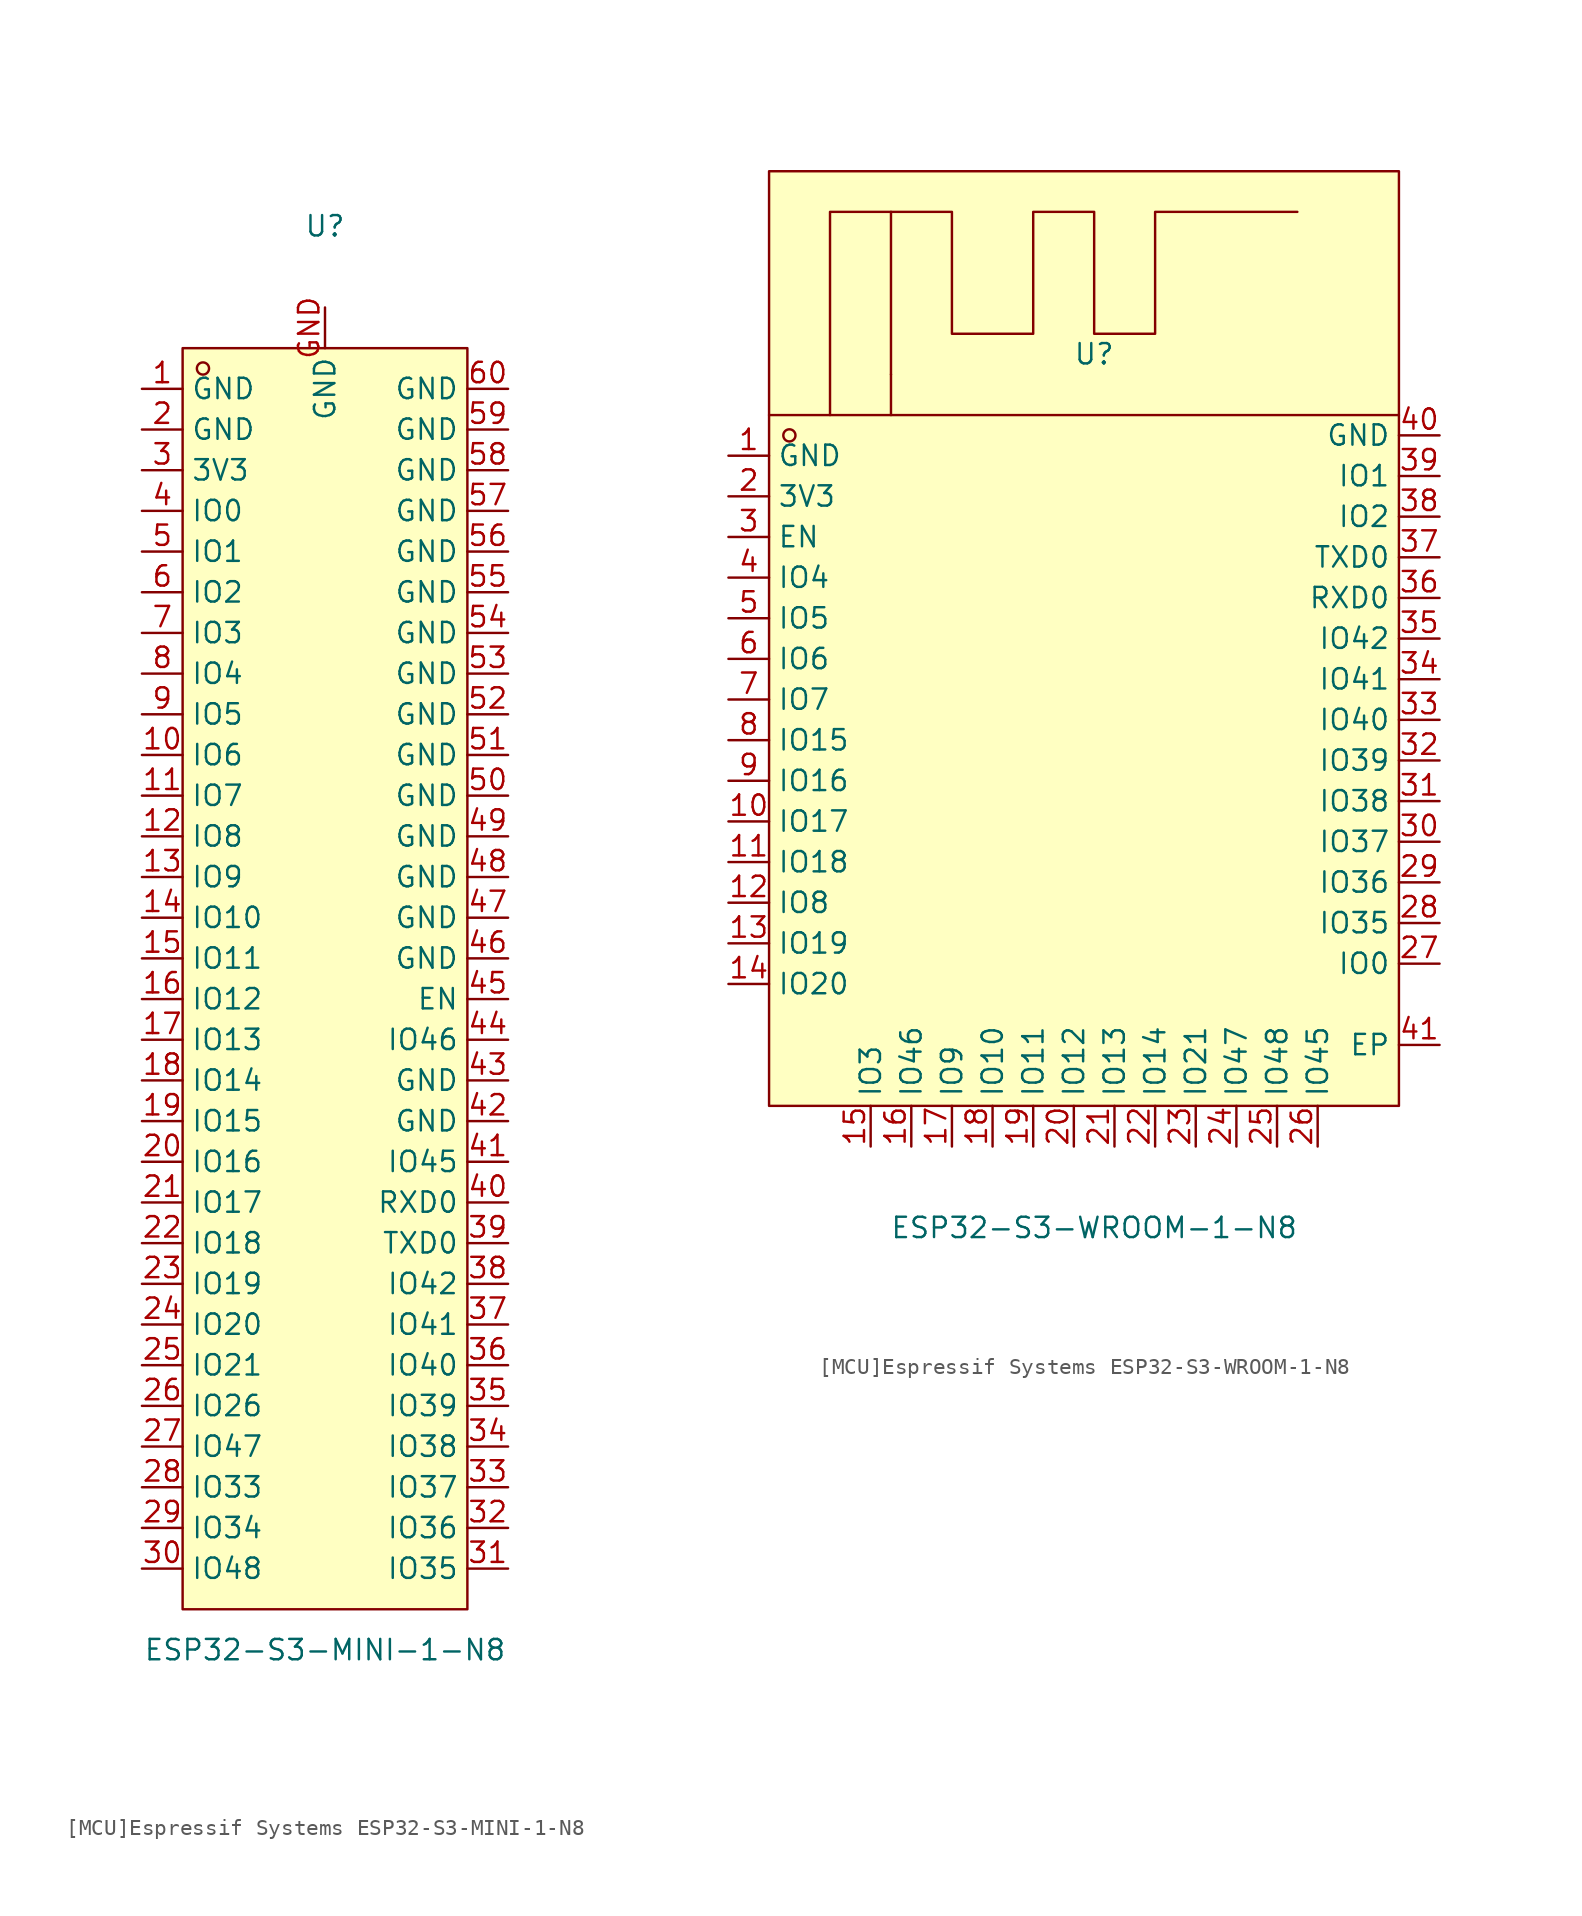
<source format=kicad_sym>
(kicad_symbol_lib
  (version 20220914)
  (generator kicad_symbol_editor)
  (symbol "[MCU]Espressif Systems ESP32-S3-MINI-1-N8"
    (property "Reference" "U"
      (at 0 46.99 0)
      (effects (font (size 1.27 1.27))))
    (property "Value" "ESP32-S3-MINI-1-N8"
      (at 0 -41.91 0)
      (effects (font (size 1.27 1.27))))
    (symbol "[MCU]Espressif Systems ESP32-S3-MINI-1-N8_0_1"
      (rectangle (start -8.89 39.37) (end 8.89 -39.37) (stroke (width 0) (type default)) (fill (type background)))
      (circle (center -7.62 38.1) (radius 0.38) (stroke (width 0) (type default)) (fill (type none)))
      (pin unspecified line (at -11.43 36.83 0) (length 2.54) (name "GND" (effects (font (size 1.27 1.27)))) (number "1" (effects (font (size 1.27 1.27)))))
      (pin unspecified line (at -11.43 13.97 0) (length 2.54) (name "IO6" (effects (font (size 1.27 1.27)))) (number "10" (effects (font (size 1.27 1.27)))))
      (pin unspecified line (at -11.43 11.43 0) (length 2.54) (name "IO7" (effects (font (size 1.27 1.27)))) (number "11" (effects (font (size 1.27 1.27)))))
      (pin unspecified line (at -11.43 8.89 0) (length 2.54) (name "IO8" (effects (font (size 1.27 1.27)))) (number "12" (effects (font (size 1.27 1.27)))))
      (pin unspecified line (at -11.43 6.35 0) (length 2.54) (name "IO9" (effects (font (size 1.27 1.27)))) (number "13" (effects (font (size 1.27 1.27)))))
      (pin unspecified line (at -11.43 3.81 0) (length 2.54) (name "IO10" (effects (font (size 1.27 1.27)))) (number "14" (effects (font (size 1.27 1.27)))))
      (pin unspecified line (at -11.43 1.27 0) (length 2.54) (name "IO11" (effects (font (size 1.27 1.27)))) (number "15" (effects (font (size 1.27 1.27)))))
      (pin unspecified line (at -11.43 -1.27 0) (length 2.54) (name "IO12" (effects (font (size 1.27 1.27)))) (number "16" (effects (font (size 1.27 1.27)))))
      (pin unspecified line (at -11.43 -3.81 0) (length 2.54) (name "IO13" (effects (font (size 1.27 1.27)))) (number "17" (effects (font (size 1.27 1.27)))))
      (pin unspecified line (at -11.43 -6.35 0) (length 2.54) (name "IO14" (effects (font (size 1.27 1.27)))) (number "18" (effects (font (size 1.27 1.27)))))
      (pin unspecified line (at -11.43 -8.89 0) (length 2.54) (name "IO15" (effects (font (size 1.27 1.27)))) (number "19" (effects (font (size 1.27 1.27)))))
      (pin unspecified line (at -11.43 34.29 0) (length 2.54) (name "GND" (effects (font (size 1.27 1.27)))) (number "2" (effects (font (size 1.27 1.27)))))
      (pin unspecified line (at -11.43 -11.43 0) (length 2.54) (name "IO16" (effects (font (size 1.27 1.27)))) (number "20" (effects (font (size 1.27 1.27)))))
      (pin unspecified line (at -11.43 -13.97 0) (length 2.54) (name "IO17" (effects (font (size 1.27 1.27)))) (number "21" (effects (font (size 1.27 1.27)))))
      (pin unspecified line (at -11.43 -16.51 0) (length 2.54) (name "IO18" (effects (font (size 1.27 1.27)))) (number "22" (effects (font (size 1.27 1.27)))))
      (pin unspecified line (at -11.43 -19.05 0) (length 2.54) (name "IO19" (effects (font (size 1.27 1.27)))) (number "23" (effects (font (size 1.27 1.27)))))
      (pin unspecified line (at -11.43 -21.59 0) (length 2.54) (name "IO20" (effects (font (size 1.27 1.27)))) (number "24" (effects (font (size 1.27 1.27)))))
      (pin unspecified line (at -11.43 -24.13 0) (length 2.54) (name "IO21" (effects (font (size 1.27 1.27)))) (number "25" (effects (font (size 1.27 1.27)))))
      (pin unspecified line (at -11.43 -26.67 0) (length 2.54) (name "IO26" (effects (font (size 1.27 1.27)))) (number "26" (effects (font (size 1.27 1.27)))))
      (pin unspecified line (at -11.43 -29.21 0) (length 2.54) (name "IO47" (effects (font (size 1.27 1.27)))) (number "27" (effects (font (size 1.27 1.27)))))
      (pin unspecified line (at -11.43 -31.75 0) (length 2.54) (name "IO33" (effects (font (size 1.27 1.27)))) (number "28" (effects (font (size 1.27 1.27)))))
      (pin unspecified line (at -11.43 -34.29 0) (length 2.54) (name "IO34" (effects (font (size 1.27 1.27)))) (number "29" (effects (font (size 1.27 1.27)))))
      (pin unspecified line (at -11.43 31.75 0) (length 2.54) (name "3V3" (effects (font (size 1.27 1.27)))) (number "3" (effects (font (size 1.27 1.27)))))
      (pin unspecified line (at -11.43 -36.83 0) (length 2.54) (name "IO48" (effects (font (size 1.27 1.27)))) (number "30" (effects (font (size 1.27 1.27)))))
      (pin unspecified line (at 11.43 -36.83 180) (length 2.54) (name "IO35" (effects (font (size 1.27 1.27)))) (number "31" (effects (font (size 1.27 1.27)))))
      (pin unspecified line (at 11.43 -34.29 180) (length 2.54) (name "IO36" (effects (font (size 1.27 1.27)))) (number "32" (effects (font (size 1.27 1.27)))))
      (pin unspecified line (at 11.43 -31.75 180) (length 2.54) (name "IO37" (effects (font (size 1.27 1.27)))) (number "33" (effects (font (size 1.27 1.27)))))
      (pin unspecified line (at 11.43 -29.21 180) (length 2.54) (name "IO38" (effects (font (size 1.27 1.27)))) (number "34" (effects (font (size 1.27 1.27)))))
      (pin unspecified line (at 11.43 -26.67 180) (length 2.54) (name "IO39" (effects (font (size 1.27 1.27)))) (number "35" (effects (font (size 1.27 1.27)))))
      (pin unspecified line (at 11.43 -24.13 180) (length 2.54) (name "IO40" (effects (font (size 1.27 1.27)))) (number "36" (effects (font (size 1.27 1.27)))))
      (pin unspecified line (at 11.43 -21.59 180) (length 2.54) (name "IO41" (effects (font (size 1.27 1.27)))) (number "37" (effects (font (size 1.27 1.27)))))
      (pin unspecified line (at 11.43 -19.05 180) (length 2.54) (name "IO42" (effects (font (size 1.27 1.27)))) (number "38" (effects (font (size 1.27 1.27)))))
      (pin unspecified line (at 11.43 -16.51 180) (length 2.54) (name "TXD0" (effects (font (size 1.27 1.27)))) (number "39" (effects (font (size 1.27 1.27)))))
      (pin unspecified line (at -11.43 29.21 0) (length 2.54) (name "IO0" (effects (font (size 1.27 1.27)))) (number "4" (effects (font (size 1.27 1.27)))))
      (pin unspecified line (at 11.43 -13.97 180) (length 2.54) (name "RXD0" (effects (font (size 1.27 1.27)))) (number "40" (effects (font (size 1.27 1.27)))))
      (pin unspecified line (at 11.43 -11.43 180) (length 2.54) (name "IO45" (effects (font (size 1.27 1.27)))) (number "41" (effects (font (size 1.27 1.27)))))
      (pin unspecified line (at 11.43 -8.89 180) (length 2.54) (name "GND" (effects (font (size 1.27 1.27)))) (number "42" (effects (font (size 1.27 1.27)))))
      (pin unspecified line (at 11.43 -6.35 180) (length 2.54) (name "GND" (effects (font (size 1.27 1.27)))) (number "43" (effects (font (size 1.27 1.27)))))
      (pin unspecified line (at 11.43 -3.81 180) (length 2.54) (name "IO46" (effects (font (size 1.27 1.27)))) (number "44" (effects (font (size 1.27 1.27)))))
      (pin unspecified line (at 11.43 -1.27 180) (length 2.54) (name "EN" (effects (font (size 1.27 1.27)))) (number "45" (effects (font (size 1.27 1.27)))))
      (pin unspecified line (at 11.43 1.27 180) (length 2.54) (name "GND" (effects (font (size 1.27 1.27)))) (number "46" (effects (font (size 1.27 1.27)))))
      (pin unspecified line (at 11.43 3.81 180) (length 2.54) (name "GND" (effects (font (size 1.27 1.27)))) (number "47" (effects (font (size 1.27 1.27)))))
      (pin unspecified line (at 11.43 6.35 180) (length 2.54) (name "GND" (effects (font (size 1.27 1.27)))) (number "48" (effects (font (size 1.27 1.27)))))
      (pin unspecified line (at 11.43 8.89 180) (length 2.54) (name "GND" (effects (font (size 1.27 1.27)))) (number "49" (effects (font (size 1.27 1.27)))))
      (pin unspecified line (at -11.43 26.67 0) (length 2.54) (name "IO1" (effects (font (size 1.27 1.27)))) (number "5" (effects (font (size 1.27 1.27)))))
      (pin unspecified line (at 11.43 11.43 180) (length 2.54) (name "GND" (effects (font (size 1.27 1.27)))) (number "50" (effects (font (size 1.27 1.27)))))
      (pin unspecified line (at 11.43 13.97 180) (length 2.54) (name "GND" (effects (font (size 1.27 1.27)))) (number "51" (effects (font (size 1.27 1.27)))))
      (pin unspecified line (at 11.43 16.51 180) (length 2.54) (name "GND" (effects (font (size 1.27 1.27)))) (number "52" (effects (font (size 1.27 1.27)))))
      (pin unspecified line (at 11.43 19.05 180) (length 2.54) (name "GND" (effects (font (size 1.27 1.27)))) (number "53" (effects (font (size 1.27 1.27)))))
      (pin unspecified line (at 11.43 21.59 180) (length 2.54) (name "GND" (effects (font (size 1.27 1.27)))) (number "54" (effects (font (size 1.27 1.27)))))
      (pin unspecified line (at 11.43 24.13 180) (length 2.54) (name "GND" (effects (font (size 1.27 1.27)))) (number "55" (effects (font (size 1.27 1.27)))))
      (pin unspecified line (at 11.43 26.67 180) (length 2.54) (name "GND" (effects (font (size 1.27 1.27)))) (number "56" (effects (font (size 1.27 1.27)))))
      (pin unspecified line (at 11.43 29.21 180) (length 2.54) (name "GND" (effects (font (size 1.27 1.27)))) (number "57" (effects (font (size 1.27 1.27)))))
      (pin unspecified line (at 11.43 31.75 180) (length 2.54) (name "GND" (effects (font (size 1.27 1.27)))) (number "58" (effects (font (size 1.27 1.27)))))
      (pin unspecified line (at 11.43 34.29 180) (length 2.54) (name "GND" (effects (font (size 1.27 1.27)))) (number "59" (effects (font (size 1.27 1.27)))))
      (pin unspecified line (at -11.43 24.13 0) (length 2.54) (name "IO2" (effects (font (size 1.27 1.27)))) (number "6" (effects (font (size 1.27 1.27)))))
      (pin unspecified line (at 11.43 36.83 180) (length 2.54) (name "GND" (effects (font (size 1.27 1.27)))) (number "60" (effects (font (size 1.27 1.27)))))
      (pin unspecified line (at -11.43 21.59 0) (length 2.54) (name "IO3" (effects (font (size 1.27 1.27)))) (number "7" (effects (font (size 1.27 1.27)))))
      (pin unspecified line (at -11.43 19.05 0) (length 2.54) (name "IO4" (effects (font (size 1.27 1.27)))) (number "8" (effects (font (size 1.27 1.27)))))
      (pin unspecified line (at -11.43 16.51 0) (length 2.54) (name "IO5" (effects (font (size 1.27 1.27)))) (number "9" (effects (font (size 1.27 1.27)))))
      (pin unspecified line (at 0 41.91 270) (length 2.54) (name "GND" (effects (font (size 1.27 1.27)))) (number "GND" (effects (font (size 1.27 1.27)))))))
  (symbol "[MCU]Espressif Systems ESP32-S3-WROOM-1-N8"
    (property "Reference" "U"
      (at 0 19.05 0)
      (effects (font (size 1.27 1.27))))
    (property "Value" "ESP32-S3-WROOM-1-N8"
      (at 0 -35.56 0)
      (effects (font (size 1.27 1.27))))
    (symbol "[MCU]Espressif Systems ESP32-S3-WROOM-1-N8_0_1"
      (rectangle (start -20.32 30.48) (end 19.05 -27.94) (stroke (width 0) (type default)) (fill (type background)))
      (circle (center -19.05 13.97) (radius 0.38) (stroke (width 0) (type default)) (fill (type none)))
      (polyline (pts (xy -20.32 15.24) (xy 19.05 15.24)) (stroke (width 0) (type default)) (fill (type none)))
      (polyline (pts (xy -12.7 17.78) (xy -12.7 15.24)) (stroke (width 0) (type default)) (fill (type none)))
      (polyline (pts (xy -12.7 17.78) (xy -12.7 27.94)) (stroke (width 0) (type default)) (fill (type none)))
      (polyline (pts (xy -16.51 15.24) (xy -16.51 27.94) (xy -8.89 27.94) (xy -8.89 20.32) (xy -3.81 20.32) (xy -3.81 27.94) (xy 0 27.94) (xy 0 20.32) (xy 3.81 20.32) (xy 3.81 27.94) (xy 12.7 27.94)) (stroke (width 0) (type default)) (fill (type none)))
      (pin unspecified line (at -22.86 12.7 0) (length 2.54) (name "GND" (effects (font (size 1.27 1.27)))) (number "1" (effects (font (size 1.27 1.27)))))
      (pin unspecified line (at -22.86 -10.16 0) (length 2.54) (name "IO17" (effects (font (size 1.27 1.27)))) (number "10" (effects (font (size 1.27 1.27)))))
      (pin unspecified line (at -22.86 -12.7 0) (length 2.54) (name "IO18" (effects (font (size 1.27 1.27)))) (number "11" (effects (font (size 1.27 1.27)))))
      (pin unspecified line (at -22.86 -15.24 0) (length 2.54) (name "IO8" (effects (font (size 1.27 1.27)))) (number "12" (effects (font (size 1.27 1.27)))))
      (pin unspecified line (at -22.86 -17.78 0) (length 2.54) (name "IO19" (effects (font (size 1.27 1.27)))) (number "13" (effects (font (size 1.27 1.27)))))
      (pin unspecified line (at -22.86 -20.32 0) (length 2.54) (name "IO20" (effects (font (size 1.27 1.27)))) (number "14" (effects (font (size 1.27 1.27)))))
      (pin unspecified line (at -13.97 -30.48 90) (length 2.54) (name "IO3" (effects (font (size 1.27 1.27)))) (number "15" (effects (font (size 1.27 1.27)))))
      (pin unspecified line (at -11.43 -30.48 90) (length 2.54) (name "IO46" (effects (font (size 1.27 1.27)))) (number "16" (effects (font (size 1.27 1.27)))))
      (pin unspecified line (at -8.89 -30.48 90) (length 2.54) (name "IO9" (effects (font (size 1.27 1.27)))) (number "17" (effects (font (size 1.27 1.27)))))
      (pin unspecified line (at -6.35 -30.48 90) (length 2.54) (name "IO10" (effects (font (size 1.27 1.27)))) (number "18" (effects (font (size 1.27 1.27)))))
      (pin unspecified line (at -3.81 -30.48 90) (length 2.54) (name "IO11" (effects (font (size 1.27 1.27)))) (number "19" (effects (font (size 1.27 1.27)))))
      (pin unspecified line (at -22.86 10.16 0) (length 2.54) (name "3V3" (effects (font (size 1.27 1.27)))) (number "2" (effects (font (size 1.27 1.27)))))
      (pin unspecified line (at -1.27 -30.48 90) (length 2.54) (name "IO12" (effects (font (size 1.27 1.27)))) (number "20" (effects (font (size 1.27 1.27)))))
      (pin unspecified line (at 1.27 -30.48 90) (length 2.54) (name "IO13" (effects (font (size 1.27 1.27)))) (number "21" (effects (font (size 1.27 1.27)))))
      (pin unspecified line (at 3.81 -30.48 90) (length 2.54) (name "IO14" (effects (font (size 1.27 1.27)))) (number "22" (effects (font (size 1.27 1.27)))))
      (pin unspecified line (at 6.35 -30.48 90) (length 2.54) (name "IO21" (effects (font (size 1.27 1.27)))) (number "23" (effects (font (size 1.27 1.27)))))
      (pin unspecified line (at 8.89 -30.48 90) (length 2.54) (name "IO47" (effects (font (size 1.27 1.27)))) (number "24" (effects (font (size 1.27 1.27)))))
      (pin unspecified line (at 11.43 -30.48 90) (length 2.54) (name "IO48" (effects (font (size 1.27 1.27)))) (number "25" (effects (font (size 1.27 1.27)))))
      (pin unspecified line (at 13.97 -30.48 90) (length 2.54) (name "IO45" (effects (font (size 1.27 1.27)))) (number "26" (effects (font (size 1.27 1.27)))))
      (pin unspecified line (at 21.59 -19.05 180) (length 2.54) (name "IO0" (effects (font (size 1.27 1.27)))) (number "27" (effects (font (size 1.27 1.27)))))
      (pin unspecified line (at 21.59 -16.51 180) (length 2.54) (name "IO35" (effects (font (size 1.27 1.27)))) (number "28" (effects (font (size 1.27 1.27)))))
      (pin unspecified line (at 21.59 -13.97 180) (length 2.54) (name "IO36" (effects (font (size 1.27 1.27)))) (number "29" (effects (font (size 1.27 1.27)))))
      (pin unspecified line (at -22.86 7.62 0) (length 2.54) (name "EN" (effects (font (size 1.27 1.27)))) (number "3" (effects (font (size 1.27 1.27)))))
      (pin unspecified line (at 21.59 -11.43 180) (length 2.54) (name "IO37" (effects (font (size 1.27 1.27)))) (number "30" (effects (font (size 1.27 1.27)))))
      (pin unspecified line (at 21.59 -8.89 180) (length 2.54) (name "IO38" (effects (font (size 1.27 1.27)))) (number "31" (effects (font (size 1.27 1.27)))))
      (pin unspecified line (at 21.59 -6.35 180) (length 2.54) (name "IO39" (effects (font (size 1.27 1.27)))) (number "32" (effects (font (size 1.27 1.27)))))
      (pin unspecified line (at 21.59 -3.81 180) (length 2.54) (name "IO40" (effects (font (size 1.27 1.27)))) (number "33" (effects (font (size 1.27 1.27)))))
      (pin unspecified line (at 21.59 -1.27 180) (length 2.54) (name "IO41" (effects (font (size 1.27 1.27)))) (number "34" (effects (font (size 1.27 1.27)))))
      (pin unspecified line (at 21.59 1.27 180) (length 2.54) (name "IO42" (effects (font (size 1.27 1.27)))) (number "35" (effects (font (size 1.27 1.27)))))
      (pin unspecified line (at 21.59 3.81 180) (length 2.54) (name "RXD0" (effects (font (size 1.27 1.27)))) (number "36" (effects (font (size 1.27 1.27)))))
      (pin unspecified line (at 21.59 6.35 180) (length 2.54) (name "TXD0" (effects (font (size 1.27 1.27)))) (number "37" (effects (font (size 1.27 1.27)))))
      (pin unspecified line (at 21.59 8.89 180) (length 2.54) (name "IO2" (effects (font (size 1.27 1.27)))) (number "38" (effects (font (size 1.27 1.27)))))
      (pin unspecified line (at 21.59 11.43 180) (length 2.54) (name "IO1" (effects (font (size 1.27 1.27)))) (number "39" (effects (font (size 1.27 1.27)))))
      (pin unspecified line (at -22.86 5.08 0) (length 2.54) (name "IO4" (effects (font (size 1.27 1.27)))) (number "4" (effects (font (size 1.27 1.27)))))
      (pin unspecified line (at 21.59 13.97 180) (length 2.54) (name "GND" (effects (font (size 1.27 1.27)))) (number "40" (effects (font (size 1.27 1.27)))))
      (pin unspecified line (at 21.59 -24.13 180) (length 2.54) (name "EP" (effects (font (size 1.27 1.27)))) (number "41" (effects (font (size 1.27 1.27)))))
      (pin unspecified line (at -22.86 2.54 0) (length 2.54) (name "IO5" (effects (font (size 1.27 1.27)))) (number "5" (effects (font (size 1.27 1.27)))))
      (pin unspecified line (at -22.86 0 0) (length 2.54) (name "IO6" (effects (font (size 1.27 1.27)))) (number "6" (effects (font (size 1.27 1.27)))))
      (pin unspecified line (at -22.86 -2.54 0) (length 2.54) (name "IO7" (effects (font (size 1.27 1.27)))) (number "7" (effects (font (size 1.27 1.27)))))
      (pin unspecified line (at -22.86 -5.08 0) (length 2.54) (name "IO15" (effects (font (size 1.27 1.27)))) (number "8" (effects (font (size 1.27 1.27)))))
      (pin unspecified line (at -22.86 -7.62 0) (length 2.54) (name "IO16" (effects (font (size 1.27 1.27)))) (number "9" (effects (font (size 1.27 1.27))))))))
</source>
